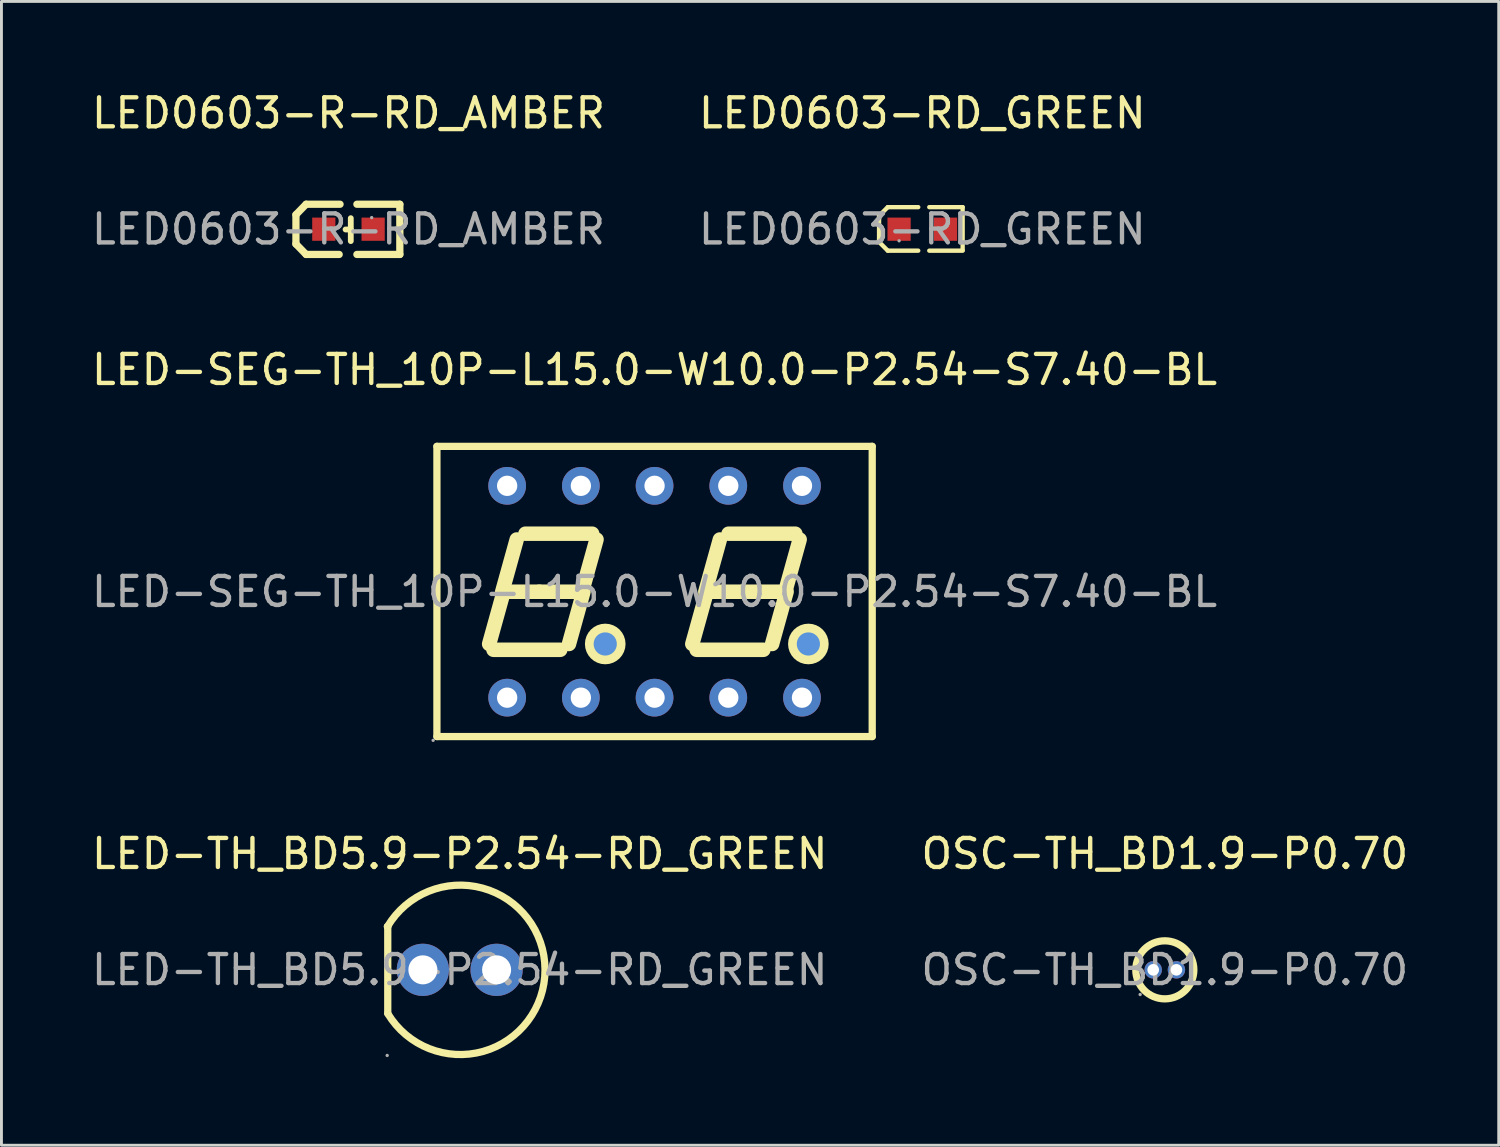
<source format=kicad_pcb>
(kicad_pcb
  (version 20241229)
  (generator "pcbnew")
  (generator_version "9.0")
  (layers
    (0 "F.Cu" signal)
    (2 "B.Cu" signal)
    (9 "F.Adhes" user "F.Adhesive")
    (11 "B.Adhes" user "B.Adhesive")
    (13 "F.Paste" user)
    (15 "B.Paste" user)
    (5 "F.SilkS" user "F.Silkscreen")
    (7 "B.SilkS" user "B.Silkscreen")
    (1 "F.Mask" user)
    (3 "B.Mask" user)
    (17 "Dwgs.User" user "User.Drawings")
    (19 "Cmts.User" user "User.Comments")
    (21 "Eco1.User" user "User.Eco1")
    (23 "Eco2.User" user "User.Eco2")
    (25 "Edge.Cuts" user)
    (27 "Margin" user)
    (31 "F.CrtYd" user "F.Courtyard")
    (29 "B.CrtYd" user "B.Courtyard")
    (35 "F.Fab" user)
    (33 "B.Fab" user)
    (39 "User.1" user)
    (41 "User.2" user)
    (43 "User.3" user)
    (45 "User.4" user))
  (footprint "LED-SEG-TH_10P-L15.0-W10.0-P2.54-S7.40-BL"
    (layer "F.Cu")
    (at 19.506 17.341)
    (property "Reference" "LED-SEG-TH_10P-L15.0-W10.0-P2.54-S7.40-BL" (at 0 -7.65 0) (layer "F.SilkS") (effects (font (size 1 1) (thickness 0.15))))
    (attr through_hole)
    (fp_line (start -7.5 -5.01) (end 7.5 -5.01) (stroke (width 0.25) (type solid)) (layer "F.SilkS"))
    (fp_line (start -7.5 4.99) (end -7.5 -5.01) (stroke (width 0.25) (type solid)) (layer "F.SilkS"))
    (fp_line (start -5.7 1.8) (end -5.2 0) (stroke (width 0.5) (type solid)) (layer "F.SilkS"))
    (fp_line (start -5 0) (end -3.97 0) (stroke (width 0.5) (type solid)) (layer "F.SilkS"))
    (fp_line (start -4.75 -1.8) (end -5.25 0) (stroke (width 0.5) (type solid)) (layer "F.SilkS"))
    (fp_line (start -4.45 -2) (end -2.15 -2) (stroke (width 0.5) (type solid)) (layer "F.SilkS"))
    (fp_line (start -3.97 0) (end -2.7 0) (stroke (width 0.5) (type solid)) (layer "F.SilkS"))
    (fp_line (start -3.25 2) (end -5.55 2) (stroke (width 0.5) (type solid)) (layer "F.SilkS"))
    (fp_line (start -2.95 1.8) (end -2.45 0) (stroke (width 0.5) (type solid)) (layer "F.SilkS"))
    (fp_line (start -2 -1.8) (end -2.5 0) (stroke (width 0.5) (type solid)) (layer "F.SilkS"))
    (fp_line (start 1.3 1.8) (end 1.8 0) (stroke (width 0.5) (type solid)) (layer "F.SilkS"))
    (fp_line (start 2 0) (end 3.03 0) (stroke (width 0.5) (type solid)) (layer "F.SilkS"))
    (fp_line (start 2.25 -1.8) (end 1.75 0) (stroke (width 0.5) (type solid)) (layer "F.SilkS"))
    (fp_line (start 2.55 -2) (end 4.85 -2) (stroke (width 0.5) (type solid)) (layer "F.SilkS"))
    (fp_line (start 3.03 0) (end 4.3 0) (stroke (width 0.5) (type solid)) (layer "F.SilkS"))
    (fp_line (start 3.75 2) (end 1.45 2) (stroke (width 0.5) (type solid)) (layer "F.SilkS"))
    (fp_line (start 4.05 1.8) (end 4.55 0) (stroke (width 0.5) (type solid)) (layer "F.SilkS"))
    (fp_line (start 5 -1.8) (end 4.5 0) (stroke (width 0.5) (type solid)) (layer "F.SilkS"))
    (fp_line (start 7.5 -5.01) (end 7.5 4.99) (stroke (width 0.25) (type solid)) (layer "F.SilkS"))
    (fp_line (start 7.5 4.99) (end -7.5 4.99) (stroke (width 0.25) (type solid)) (layer "F.SilkS"))
    (fp_circle (center -1.7 1.8) (end -1.25 1.8) (stroke (width 0.5) (type solid)) (fill no) (layer "F.SilkS"))
    (fp_circle (center 5.3 1.8) (end 5.75 1.8) (stroke (width 0.5) (type solid)) (fill no) (layer "F.SilkS"))
    (fp_circle (center -1.7 1.8) (end -1.5 1.8) (stroke (width 0.4) (type solid)) (fill no) (layer "Cmts.User"))
    (fp_circle (center 5.3 1.8) (end 5.5 1.8) (stroke (width 0.4) (type solid)) (fill no) (layer "Cmts.User"))
    (fp_circle (center -7.63 5.12) (end -7.6 5.12) (stroke (width 0.06) (type solid)) (fill no) (layer "F.Fab"))
    (fp_circle (center -5.08 -3.65) (end -4.97 -3.65) (stroke (width 0.22) (type solid)) (fill no) (layer "F.Fab"))
    (fp_circle (center -5.08 3.65) (end -4.97 3.65) (stroke (width 0.22) (type solid)) (fill no) (layer "F.Fab"))
    (fp_circle (center -2.54 -3.65) (end -2.43 -3.65) (stroke (width 0.22) (type solid)) (fill no) (layer "F.Fab"))
    (fp_circle (center -2.54 3.65) (end -2.43 3.65) (stroke (width 0.22) (type solid)) (fill no) (layer "F.Fab"))
    (fp_circle (center 0 -3.65) (end 0.11 -3.65) (stroke (width 0.22) (type solid)) (fill no) (layer "F.Fab"))
    (fp_circle (center 0 3.65) (end 0.11 3.65) (stroke (width 0.22) (type solid)) (fill no) (layer "F.Fab"))
    (fp_circle (center 2.54 -3.65) (end 2.65 -3.65) (stroke (width 0.22) (type solid)) (fill no) (layer "F.Fab"))
    (fp_circle (center 2.54 3.65) (end 2.65 3.65) (stroke (width 0.22) (type solid)) (fill no) (layer "F.Fab"))
    (fp_circle (center 5.08 -3.65) (end 5.19 -3.65) (stroke (width 0.22) (type solid)) (fill no) (layer "F.Fab"))
    (fp_circle (center 5.08 3.65) (end 5.19 3.65) (stroke (width 0.22) (type solid)) (fill no) (layer "F.Fab"))
    (fp_text user "${REFERENCE}" (at 0 0 0) (layer "F.Fab") (effects (font (size 1 1) (thickness 0.15))))
    (pad "1" thru_hole circle (at -5.08 3.65) (size 1.3 1.3) (drill 0.7) (layers "*.Cu" "*.Mask"))
    (pad "2" thru_hole circle (at -2.54 3.65) (size 1.3 1.3) (drill 0.7) (layers "*.Cu" "*.Mask"))
    (pad "3" thru_hole circle (at 0 3.65) (size 1.3 1.3) (drill 0.7) (layers "*.Cu" "*.Mask"))
    (pad "4" thru_hole circle (at 2.54 3.65) (size 1.3 1.3) (drill 0.7) (layers "*.Cu" "*.Mask"))
    (pad "5" thru_hole circle (at 5.08 3.65) (size 1.3 1.3) (drill 0.7) (layers "*.Cu" "*.Mask"))
    (pad "6" thru_hole circle (at 5.08 -3.65) (size 1.3 1.3) (drill 0.7) (layers "*.Cu" "*.Mask"))
    (pad "7" thru_hole circle (at 2.54 -3.65) (size 1.3 1.3) (drill 0.7) (layers "*.Cu" "*.Mask"))
    (pad "8" thru_hole circle (at 0 -3.65) (size 1.3 1.3) (drill 0.7) (layers "*.Cu" "*.Mask"))
    (pad "9" thru_hole circle (at -2.54 -3.65) (size 1.3 1.3) (drill 0.7) (layers "*.Cu" "*.Mask"))
    (pad "10" thru_hole circle (at -5.08 -3.65) (size 1.3 1.3) (drill 0.7) (layers "*.Cu" "*.Mask")))
  (footprint "LED0603-R-RD_AMBER"
    (layer "F.Cu")
    (at 8.958 4.848)
    (property "Reference" "LED0603-R-RD_AMBER" (at 0 -4 0) (layer "F.SilkS") (effects (font (size 1 1) (thickness 0.15))))
    (attr smd)
    (fp_line (start -1.81 -0.5) (end -1.46 -0.86) (stroke (width 0.25) (type solid)) (layer "F.SilkS"))
    (fp_line (start -1.81 0.51) (end -1.81 -0.5) (stroke (width 0.25) (type solid)) (layer "F.SilkS"))
    (fp_line (start -1.46 0.87) (end -1.81 0.51) (stroke (width 0.25) (type solid)) (layer "F.SilkS"))
    (fp_line (start -0.32 0.87) (end -1.46 0.87) (stroke (width 0.25) (type solid)) (layer "F.SilkS"))
    (fp_line (start -0.29 -0.86) (end -1.46 -0.86) (stroke (width 0.25) (type solid)) (layer "F.SilkS"))
    (fp_line (start 0.08 0.01) (end -0.1 0.01) (stroke (width 0.2) (type solid)) (layer "F.SilkS"))
    (fp_line (start 0.08 0.41) (end 0.08 -0.38) (stroke (width 0.2) (type solid)) (layer "F.SilkS"))
    (fp_line (start 1.77 -0.86) (end 0.29 -0.86) (stroke (width 0.25) (type solid)) (layer "F.SilkS"))
    (fp_line (start 1.77 0.87) (end 0.29 0.87) (stroke (width 0.25) (type solid)) (layer "F.SilkS"))
    (fp_line (start 1.77 0.87) (end 1.77 -0.86) (stroke (width 0.25) (type solid)) (layer "F.SilkS"))
    (fp_circle (center 0.8 -0.4) (end 0.83 -0.4) (stroke (width 0.06) (type solid)) (fill no) (layer "F.Fab"))
    (fp_text user "${REFERENCE}" (at 0 0 0) (layer "F.Fab") (effects (font (size 1 1) (thickness 0.15))))
    (pad "1" smd rect (at 0.85 0 90) (size 0.8 0.8) (layers "F.Cu" "F.Mask" "F.Paste"))
    (pad "2" smd rect (at -0.85 0 90) (size 0.8 0.8) (layers "F.Cu" "F.Mask" "F.Paste")))
  (footprint "OSC-TH_BD1.9-P0.70"
    (layer "F.Cu")
    (at 37.089 30.37)
    (property "Reference" "OSC-TH_BD1.9-P0.70" (at 0 -4 0) (layer "F.SilkS") (effects (font (size 1 1) (thickness 0.15))))
    (attr through_hole)
    (fp_circle (center 0 0) (end 1 0) (stroke (width 0.25) (type solid)) (fill no) (layer "F.SilkS"))
    (fp_circle (center -0.85 0.85) (end -0.82 0.85) (stroke (width 0.06) (type solid)) (fill no) (layer "F.Fab"))
    (fp_circle (center -0.4 0) (end -0.33 0) (stroke (width 0.13) (type solid)) (fill no) (layer "F.Fab"))
    (fp_circle (center 0.4 0) (end 0.47 0) (stroke (width 0.13) (type solid)) (fill no) (layer "F.Fab"))
    (fp_text user "${REFERENCE}" (at 0 0 0) (layer "F.Fab") (effects (font (size 1 1) (thickness 0.15))))
    (pad "1" thru_hole circle (at -0.4 0) (size 0.6 0.6) (drill 0.4) (layers "*.Cu" "*.Mask"))
    (pad "2" thru_hole circle (at 0.4 0) (size 0.6 0.6) (drill 0.4) (layers "*.Cu" "*.Mask")))
  (footprint "LED0603-RD_GREEN"
    (layer "F.Cu")
    (at 28.732 4.848)
    (property "Reference" "LED0603-RD_GREEN" (at 0 -4 0) (layer "F.SilkS") (effects (font (size 1 1) (thickness 0.15))))
    (attr smd)
    (fp_line (start -1.49 -0.46) (end -1.19 -0.76) (stroke (width 0.15) (type solid)) (layer "F.SilkS"))
    (fp_line (start -1.49 -0.36) (end -1.49 -0.46) (stroke (width 0.15) (type solid)) (layer "F.SilkS"))
    (fp_line (start -1.49 -0.36) (end -1.49 0.34) (stroke (width 0.15) (type solid)) (layer "F.SilkS"))
    (fp_line (start -1.49 0.34) (end -1.49 0.44) (stroke (width 0.15) (type solid)) (layer "F.SilkS"))
    (fp_line (start -1.49 0.44) (end -1.19 0.74) (stroke (width 0.15) (type solid)) (layer "F.SilkS"))
    (fp_line (start -0.14 -0.76) (end -1.19 -0.76) (stroke (width 0.15) (type solid)) (layer "F.SilkS"))
    (fp_line (start -0.14 0.74) (end -1.19 0.74) (stroke (width 0.15) (type solid)) (layer "F.SilkS"))
    (fp_line (start 0.24 -0.76) (end 1.39 -0.76) (stroke (width 0.15) (type solid)) (layer "F.SilkS"))
    (fp_line (start 0.24 0.74) (end 1.39 0.74) (stroke (width 0.15) (type solid)) (layer "F.SilkS"))
    (fp_line (start 1.39 -0.76) (end 1.39 0.72) (stroke (width 0.15) (type solid)) (layer "F.SilkS"))
    (fp_circle (center -0.8 0.4) (end -0.77 0.4) (stroke (width 0.06) (type solid)) (fill no) (layer "F.Fab"))
    (fp_text user "${REFERENCE}" (at 0 0 0) (layer "F.Fab") (effects (font (size 1 1) (thickness 0.15))))
    (pad "1" smd rect (at -0.8 0 90) (size 0.8 0.8) (layers "F.Cu" "F.Mask" "F.Paste"))
    (pad "2" smd rect (at 0.8 0 90) (size 0.8 0.8) (layers "F.Cu" "F.Mask" "F.Paste")))
  (footprint "LED-TH_BD5.9-P2.54-RD_GREEN"
    (layer "F.Cu")
    (at 12.792 30.37)
    (property "Reference" "LED-TH_BD5.9-P2.54-RD_GREEN" (at 0 -4 0) (layer "F.SilkS") (effects (font (size 1 1) (thickness 0.15))))
    (attr through_hole)
    (fp_line (start -2.48 -1.49) (end -2.48 1.5) (stroke (width 0.25) (type solid)) (layer "F.SilkS"))
    (fp_arc (start -2.49366 -1.49366) (mid -2.48634 -1.49366) (end -2.48 -1.49) (stroke (width 0.25) (type solid)) (layer "F.SilkS"))
    (fp_arc (start -2.49 -1.49) (mid 2.938918 -0.010981) (end -2.478718 1.508843) (stroke (width 0.25) (type solid)) (layer "F.SilkS"))
    (fp_circle (center -2.5 2.95) (end -2.47 2.95) (stroke (width 0.06) (type solid)) (fill no) (layer "F.Fab"))
    (fp_text user "${REFERENCE}" (at 0 0 0) (layer "F.Fab") (effects (font (size 1 1) (thickness 0.15))))
    (pad "1" thru_hole circle (at -1.27 0) (size 1.8 1.8) (drill 1) (layers "*.Cu" "*.Mask"))
    (pad "2" thru_hole circle (at 1.27 0) (size 1.8 1.8) (drill 1) (layers "*.Cu" "*.Mask")))
  (gr_rect
    (start -3 -3)
    (end 48.595 36.414)
    (stroke (width 0.1) (type default))
    (fill no)
    (layer "Edge.Cuts")))
</source>
